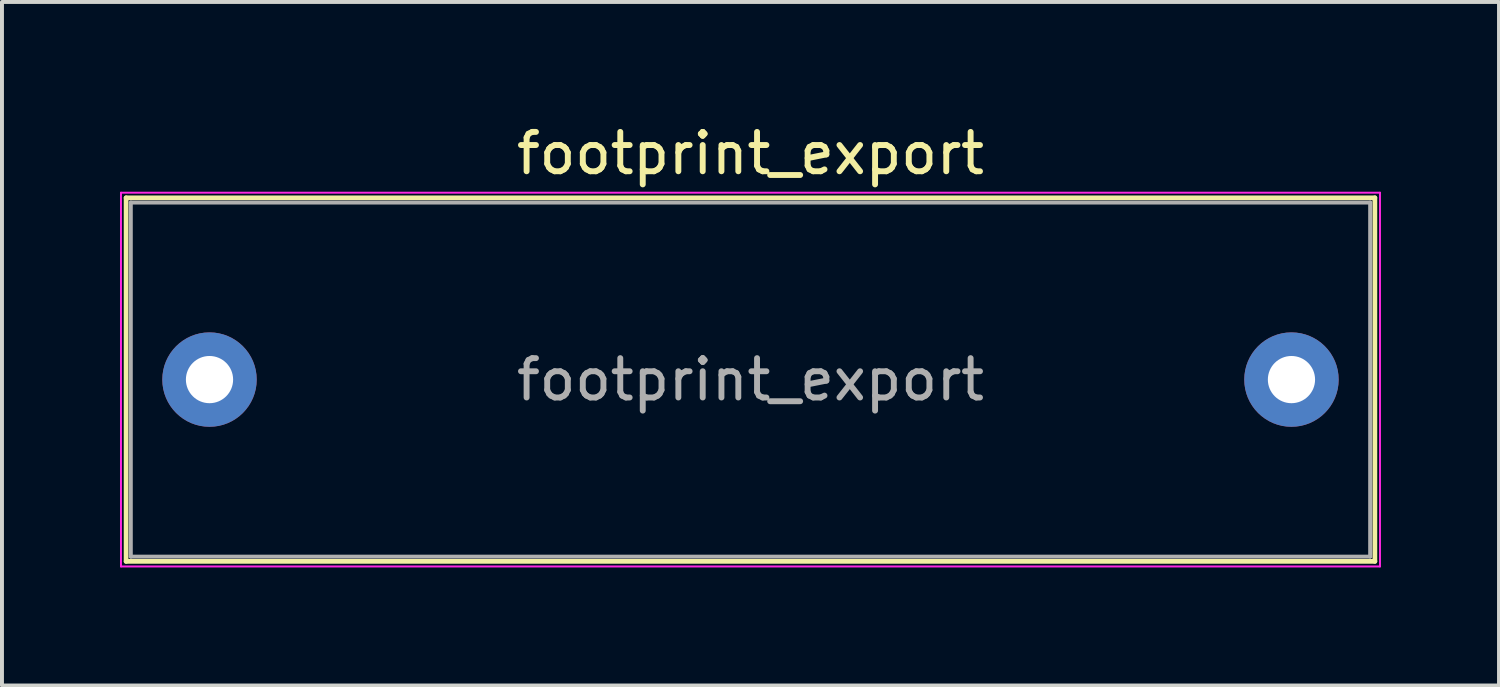
<source format=kicad_pcb>
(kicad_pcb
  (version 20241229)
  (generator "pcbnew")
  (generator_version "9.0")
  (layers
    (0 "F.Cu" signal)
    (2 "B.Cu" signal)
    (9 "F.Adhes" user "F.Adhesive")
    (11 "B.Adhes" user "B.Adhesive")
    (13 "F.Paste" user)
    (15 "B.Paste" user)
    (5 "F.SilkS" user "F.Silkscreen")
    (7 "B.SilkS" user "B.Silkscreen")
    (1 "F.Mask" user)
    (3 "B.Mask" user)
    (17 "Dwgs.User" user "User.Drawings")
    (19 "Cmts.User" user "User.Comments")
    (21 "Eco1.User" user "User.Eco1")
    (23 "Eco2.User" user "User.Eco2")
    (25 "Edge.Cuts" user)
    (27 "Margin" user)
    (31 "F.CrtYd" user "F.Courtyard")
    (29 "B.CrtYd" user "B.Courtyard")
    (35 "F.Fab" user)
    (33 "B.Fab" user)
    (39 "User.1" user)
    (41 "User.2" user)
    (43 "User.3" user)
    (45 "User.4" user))
  (footprint "footprint_export"
    (layer "F.Cu")
    (at 2.275 6.598)
    (property "Reference" "footprint_export" (at 13.75 -5.75 0) (layer "F.SilkS") (effects (font (size 1 1) (thickness 0.15))))
    (attr through_hole)
    (fp_line (start -2.12 -4.62) (end -2.12 4.62) (stroke (width 0.12) (type solid)) (layer "F.SilkS"))
    (fp_line (start -2.12 -4.62) (end 29.62 -4.62) (stroke (width 0.12) (type solid)) (layer "F.SilkS"))
    (fp_line (start -2.12 4.62) (end 29.62 4.62) (stroke (width 0.12) (type solid)) (layer "F.SilkS"))
    (fp_line (start 29.62 -4.62) (end 29.62 4.62) (stroke (width 0.12) (type solid)) (layer "F.SilkS"))
    (fp_line (start -2.25 -4.75) (end -2.25 4.75) (stroke (width 0.05) (type solid)) (layer "F.CrtYd"))
    (fp_line (start -2.25 4.75) (end 29.75 4.75) (stroke (width 0.05) (type solid)) (layer "F.CrtYd"))
    (fp_line (start 29.75 -4.75) (end -2.25 -4.75) (stroke (width 0.05) (type solid)) (layer "F.CrtYd"))
    (fp_line (start 29.75 4.75) (end 29.75 -4.75) (stroke (width 0.05) (type solid)) (layer "F.CrtYd"))
    (fp_line (start -2 -4.5) (end -2 4.5) (stroke (width 0.1) (type solid)) (layer "F.Fab"))
    (fp_line (start -2 4.5) (end 29.5 4.5) (stroke (width 0.1) (type solid)) (layer "F.Fab"))
    (fp_line (start 29.5 -4.5) (end -2 -4.5) (stroke (width 0.1) (type solid)) (layer "F.Fab"))
    (fp_line (start 29.5 4.5) (end 29.5 -4.5) (stroke (width 0.1) (type solid)) (layer "F.Fab"))
    (fp_text user "${REFERENCE}" (at 13.75 0 0) (layer "F.Fab") (effects (font (size 1 1) (thickness 0.15))))
    (pad "1" thru_hole circle (at 0 0) (size 2.4 2.4) (drill 1.2) (layers "*.Cu" "*.Mask"))
    (pad "2" thru_hole circle (at 27.5 0) (size 2.4 2.4) (drill 1.2) (layers "*.Cu" "*.Mask")))
  (gr_rect
    (start -3 -3)
    (end 35.05 14.373)
    (stroke (width 0.1) (type default))
    (fill no)
    (layer "Edge.Cuts")))
</source>
